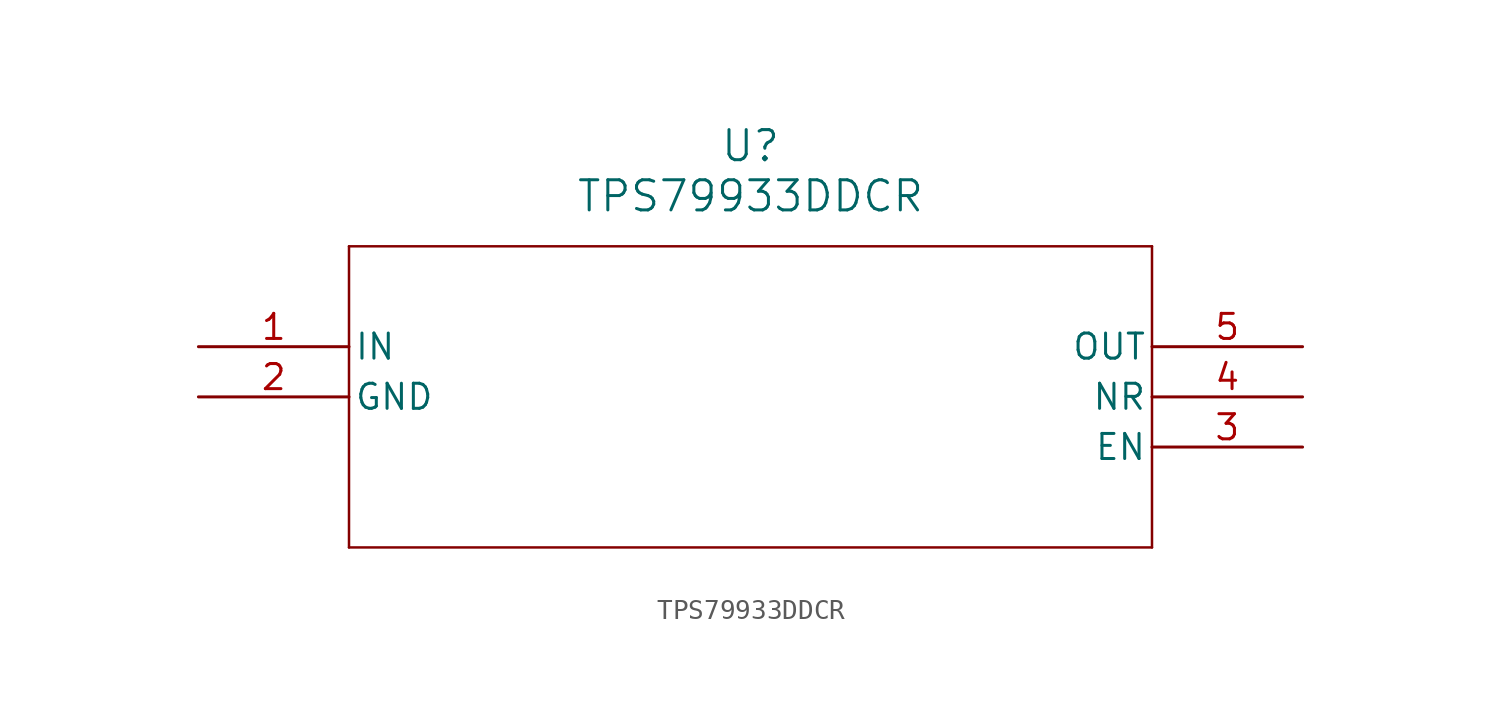
<source format=kicad_sym>
(kicad_symbol_lib
  (version 20211014)
  (generator kicad_symbol_editor)
  (symbol "TPS79933DDCR"
    (pin_names
      (offset 0.254))
    (property "Reference" "U"
      (at 27.94 10.16 0)
      (effects (font (size 1.524 1.524))))
    (property "Value" "TPS79933DDCR"
      (at 27.94 7.62 0)
      (effects (font (size 1.524 1.524))))
    (symbol "TPS79933DDCR_0_1"
      (polyline (pts (xy 7.62 5.08) (xy 7.62 -10.16)) (stroke (width 0.127) (type default) (color 0 0 0 0)) (fill (type none)))
      (polyline (pts (xy 7.62 -10.16) (xy 48.26 -10.16)) (stroke (width 0.127) (type default) (color 0 0 0 0)) (fill (type none)))
      (polyline (pts (xy 48.26 -10.16) (xy 48.26 5.08)) (stroke (width 0.127) (type default) (color 0 0 0 0)) (fill (type none)))
      (polyline (pts (xy 48.26 5.08) (xy 7.62 5.08)) (stroke (width 0.127) (type default) (color 0 0 0 0)) (fill (type none)))
      (pin input line (at 0 0 0) (length 7.62) (name "IN" (effects (font (size 1.27 1.27)))) (number "1" (effects (font (size 1.27 1.27)))))
      (pin power_in line (at 0 -2.54 0) (length 7.62) (name "GND" (effects (font (size 1.27 1.27)))) (number "2" (effects (font (size 1.27 1.27)))))
      (pin unspecified line (at 55.88 -5.08 180) (length 7.62) (name "EN" (effects (font (size 1.27 1.27)))) (number "3" (effects (font (size 1.27 1.27)))))
      (pin unspecified line (at 55.88 -2.54 180) (length 7.62) (name "NR" (effects (font (size 1.27 1.27)))) (number "4" (effects (font (size 1.27 1.27)))))
      (pin output line (at 55.88 0 180) (length 7.62) (name "OUT" (effects (font (size 1.27 1.27)))) (number "5" (effects (font (size 1.27 1.27))))))))
</source>
